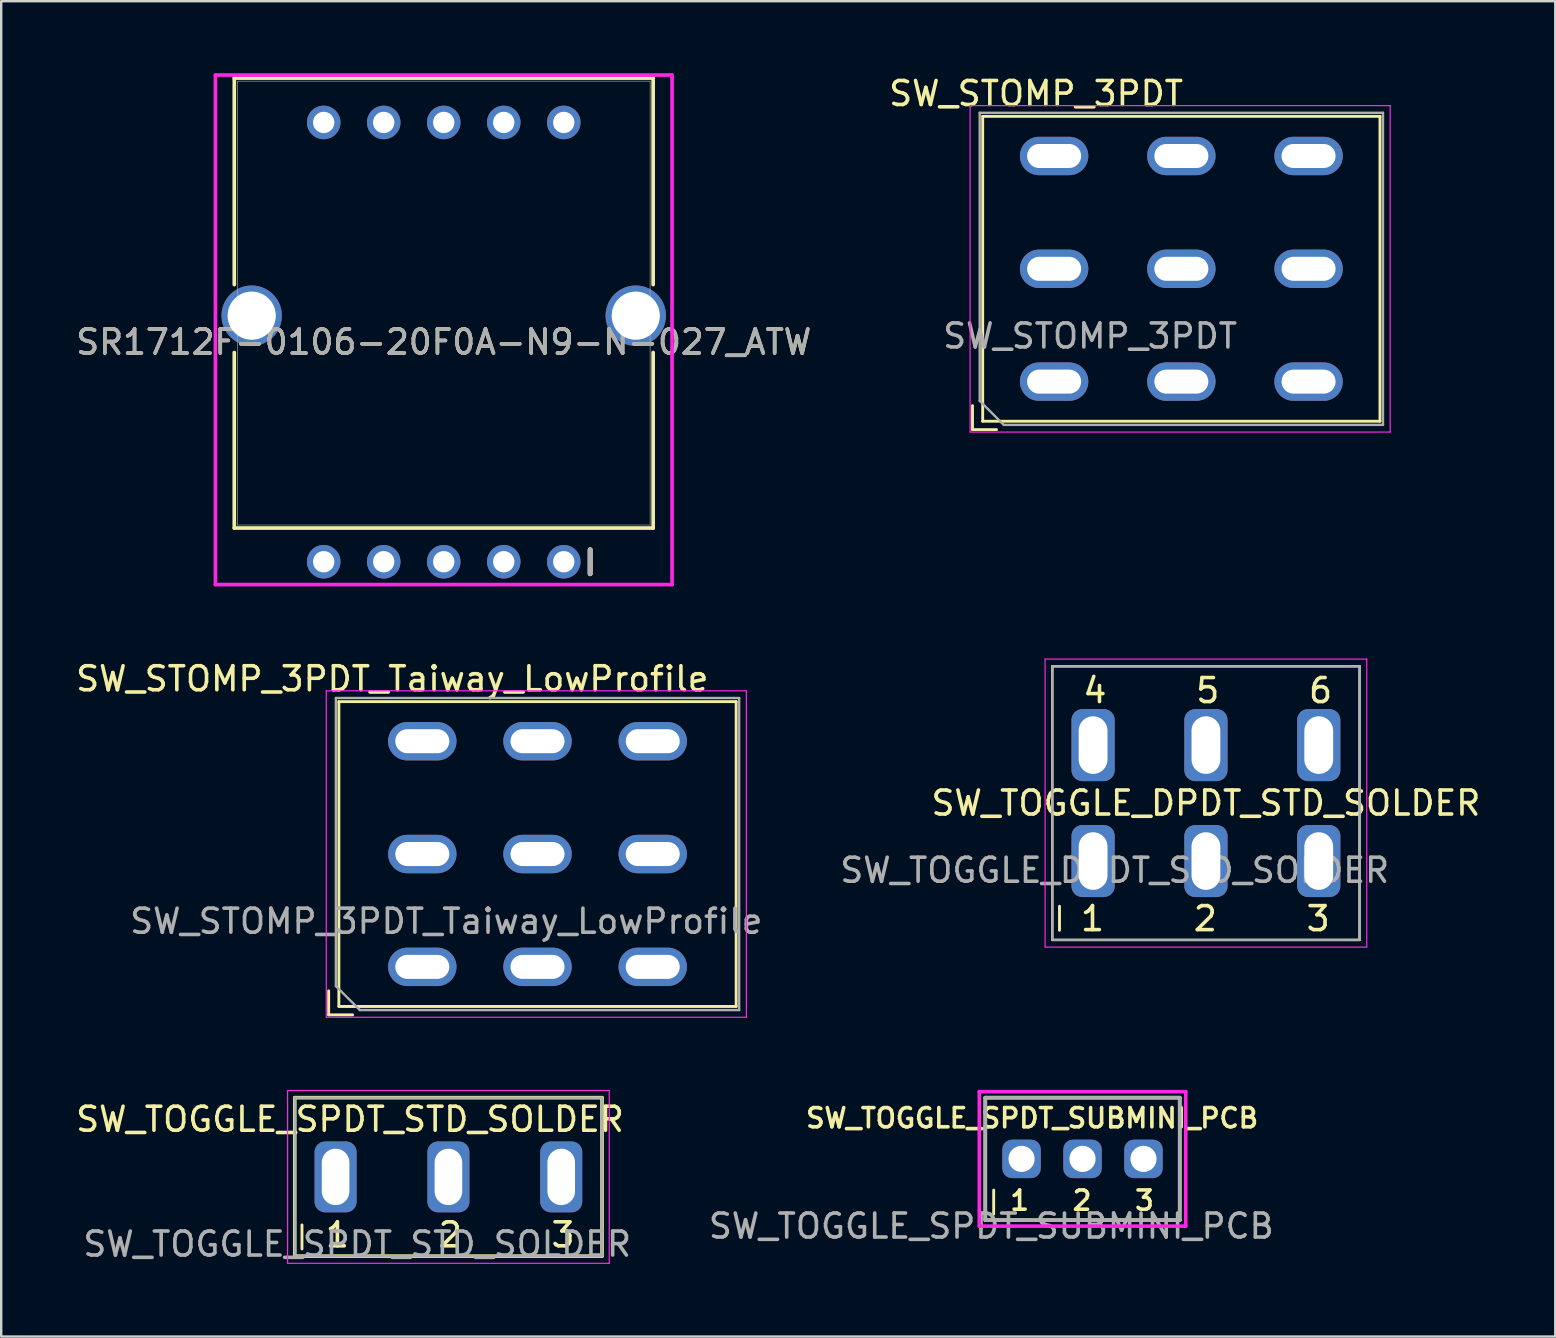
<source format=kicad_pcb>
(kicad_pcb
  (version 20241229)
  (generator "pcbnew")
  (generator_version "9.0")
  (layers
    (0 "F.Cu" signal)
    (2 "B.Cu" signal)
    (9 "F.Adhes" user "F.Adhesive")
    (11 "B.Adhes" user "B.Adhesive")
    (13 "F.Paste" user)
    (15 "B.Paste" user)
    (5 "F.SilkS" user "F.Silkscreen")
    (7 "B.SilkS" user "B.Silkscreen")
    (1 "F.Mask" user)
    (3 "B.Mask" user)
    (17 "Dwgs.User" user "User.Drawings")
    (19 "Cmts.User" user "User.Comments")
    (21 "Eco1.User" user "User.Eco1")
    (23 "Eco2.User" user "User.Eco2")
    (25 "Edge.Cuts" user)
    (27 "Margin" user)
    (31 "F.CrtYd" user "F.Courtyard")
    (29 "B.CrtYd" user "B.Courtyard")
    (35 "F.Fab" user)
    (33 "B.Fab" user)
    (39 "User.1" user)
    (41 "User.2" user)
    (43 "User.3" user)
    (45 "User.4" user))
  (footprint "SW_TOGGLE_DPDT_STD_SOLDER"
    (layer "F.Cu")
    (at 47.187 30.405)
    (property "Reference" "SW_TOGGLE_DPDT_STD_SOLDER" (at 0 0 0) (unlocked yes) (layer "F.SilkS") (effects (font (size 1 1) (thickness 0.15))))
    (attr through_hole)
    (fp_line (start -6.4 -5.7) (end 6.4 -5.7) (stroke (width 0.1) (type solid)) (layer "F.SilkS"))
    (fp_line (start -6.4 5.7) (end -6.4 -5.7) (stroke (width 0.1) (type solid)) (layer "F.SilkS"))
    (fp_line (start -6.4 5.7) (end 6.4 5.7) (stroke (width 0.1) (type solid)) (layer "F.SilkS"))
    (fp_line (start -6.1 4.3) (end -6.1 5.3) (stroke (width 0.12) (type solid)) (layer "F.SilkS"))
    (fp_line (start 6.4 5.7) (end 6.4 -5.7) (stroke (width 0.1) (type solid)) (layer "F.SilkS"))
    (fp_line (start -6.7 -6) (end 6.7 -6) (stroke (width 0.05) (type solid)) (layer "F.CrtYd"))
    (fp_line (start -6.7 6) (end -6.7 -6) (stroke (width 0.05) (type solid)) (layer "F.CrtYd"))
    (fp_line (start 6.7 6) (end -6.7 6) (stroke (width 0.05) (type solid)) (layer "F.CrtYd"))
    (fp_line (start 6.7 6) (end 6.7 -6) (stroke (width 0.05) (type solid)) (layer "F.CrtYd"))
    (fp_line (start -6.4 -5.7) (end 6.4 -5.7) (stroke (width 0.1) (type solid)) (layer "F.Fab"))
    (fp_line (start -6.4 5.7) (end -6.4 -5.7) (stroke (width 0.1) (type solid)) (layer "F.Fab"))
    (fp_line (start -6.4 5.7) (end 6.4 5.7) (stroke (width 0.1) (type solid)) (layer "F.Fab"))
    (fp_line (start 6.4 5.7) (end 6.4 -5.7) (stroke (width 0.1) (type solid)) (layer "F.Fab"))
    (fp_text user "5" (at -0.5 -4.1 0) (unlocked yes) (layer "F.SilkS") (effects (font (size 1 1) (thickness 0.15)) (justify left bottom)))
    (fp_text user "3" (at 4.1 5.4 0) (unlocked yes) (layer "F.SilkS") (effects (font (size 1 1) (thickness 0.15)) (justify left bottom)))
    (fp_text user "4" (at -5.2 -4.1 0) (unlocked yes) (layer "F.SilkS") (effects (font (size 1 1) (thickness 0.15)) (justify left bottom)))
    (fp_text user "1" (at -5.3 5.4 0) (unlocked yes) (layer "F.SilkS") (effects (font (size 1 1) (thickness 0.15)) (justify left bottom)))
    (fp_text user "2" (at -0.6 5.4 0) (unlocked yes) (layer "F.SilkS") (effects (font (size 1 1) (thickness 0.15)) (justify left bottom)))
    (fp_text user "6" (at 4.2 -4.1 0) (unlocked yes) (layer "F.SilkS") (effects (font (size 1 1) (thickness 0.15)) (justify left bottom)))
    (fp_text user "${REFERENCE}" (at -3.8 2.8 180) (layer "F.Fab") (effects (font (size 1 1) (thickness 0.15))))
    (pad "1" thru_hole roundrect (at -4.7 2.415 90) (size 3 1.8) (drill oval 2.4 1.2) (layers "*.Cu" "*.Mask") (roundrect_rratio 0.25))
    (pad "2" thru_hole roundrect (at 0 2.415 90) (size 3 1.8) (drill oval 2.4 1.2) (layers "*.Cu" "*.Mask") (roundrect_rratio 0.25))
    (pad "3" thru_hole roundrect (at 4.7 2.415 90) (size 3 1.8) (drill oval 2.4 1.2) (layers "*.Cu" "*.Mask") (roundrect_rratio 0.25))
    (pad "4" thru_hole roundrect (at -4.7 -2.415 90) (size 3 1.8) (drill oval 2.4 1.2) (layers "*.Cu" "*.Mask") (roundrect_rratio 0.25))
    (pad "5" thru_hole roundrect (at 0 -2.415 90) (size 3 1.8) (drill oval 2.4 1.2) (layers "*.Cu" "*.Mask") (roundrect_rratio 0.25))
    (pad "6" thru_hole roundrect (at 4.7 -2.415 90) (size 3 1.8) (drill oval 2.4 1.2) (layers "*.Cu" "*.Mask") (roundrect_rratio 0.25)))
  (footprint "SW_STOMP_3PDT"
    (layer "F.Cu")
    (at 46.163 8.148)
    (property "Reference" "SW_STOMP_3PDT" (at -6.05 -7.3 0) (unlocked yes) (layer "F.SilkS") (effects (font (size 1 1) (thickness 0.15))))
    (attr through_hole)
    (fp_line (start -8.7 5.7) (end -8.7 6.7) (stroke (width 0.12) (type solid)) (layer "F.SilkS"))
    (fp_line (start -8.275 -6.35) (end 8.275 -6.35) (stroke (width 0.12) (type solid)) (layer "F.SilkS"))
    (fp_line (start -8.275 6.35) (end -8.275 -6.35) (stroke (width 0.12) (type solid)) (layer "F.SilkS"))
    (fp_line (start -8.275 6.35) (end 8.275 6.35) (stroke (width 0.12) (type solid)) (layer "F.SilkS"))
    (fp_line (start -7.7 6.7) (end -8.7 6.7) (stroke (width 0.12) (type solid)) (layer "F.SilkS"))
    (fp_line (start 8.275 6.35) (end 8.275 -6.35) (stroke (width 0.12) (type solid)) (layer "F.SilkS"))
    (fp_line (start -8.8 -6.8) (end 8.7 -6.8) (stroke (width 0.05) (type solid)) (layer "F.CrtYd"))
    (fp_line (start -8.8 6.8) (end -8.8 -6.8) (stroke (width 0.05) (type solid)) (layer "F.CrtYd"))
    (fp_line (start 8.7 6.8) (end -8.8 6.8) (stroke (width 0.05) (type solid)) (layer "F.CrtYd"))
    (fp_line (start 8.7 6.8) (end 8.7 -6.8) (stroke (width 0.05) (type solid)) (layer "F.CrtYd"))
    (fp_line (start -8.4 -6.5) (end 8.4 -6.5) (stroke (width 0.1) (type solid)) (layer "F.Fab"))
    (fp_line (start -8.4 5.5) (end -8.4 -6.5) (stroke (width 0.1) (type solid)) (layer "F.Fab"))
    (fp_line (start -7.4 6.5) (end -8.4 5.5) (stroke (width 0.1) (type solid)) (layer "F.Fab"))
    (fp_line (start 8.4 -6.5) (end 8.4 6.5) (stroke (width 0.1) (type solid)) (layer "F.Fab"))
    (fp_line (start 8.4 6.5) (end -7.4 6.5) (stroke (width 0.1) (type solid)) (layer "F.Fab"))
    (fp_text user "${REFERENCE}" (at -3.8 2.8 180) (layer "F.Fab") (effects (font (size 1 1) (thickness 0.15))))
    (pad "1" thru_hole oval (at -5.3 4.7) (size 2.85 1.6) (drill oval 2.25 1) (layers "*.Cu" "*.Mask"))
    (pad "2" thru_hole oval (at -5.3 0) (size 2.85 1.6) (drill oval 2.25 1) (layers "*.Cu" "*.Mask"))
    (pad "3" thru_hole oval (at -5.3 -4.7) (size 2.85 1.6) (drill oval 2.25 1) (layers "*.Cu" "*.Mask"))
    (pad "4" thru_hole oval (at 0 4.7) (size 2.85 1.6) (drill oval 2.25 1) (layers "*.Cu" "*.Mask"))
    (pad "5" thru_hole oval (at 0 0) (size 2.85 1.6) (drill oval 2.25 1) (layers "*.Cu" "*.Mask"))
    (pad "6" thru_hole oval (at 0 -4.7) (size 2.85 1.6) (drill oval 2.25 1) (layers "*.Cu" "*.Mask"))
    (pad "7" thru_hole oval (at 5.3 4.7) (size 2.85 1.6) (drill oval 2.25 1) (layers "*.Cu" "*.Mask"))
    (pad "8" thru_hole oval (at 5.3 0) (size 2.85 1.6) (drill oval 2.25 1) (layers "*.Cu" "*.Mask"))
    (pad "9" thru_hole oval (at 5.3 -4.7) (size 2.85 1.6) (drill oval 2.25 1) (layers "*.Cu" "*.Mask")))
  (footprint "SW_TOGGLE_SPDT_SUBMINI_PCB"
    (layer "F.Cu")
    (at 42.046 45.228)
    (property "Reference" "SW_TOGGLE_SPDT_SUBMINI_PCB" (at -2.1 -1.7 0) (unlocked yes) (layer "F.SilkS") (effects (font (size 0.8 0.8) (thickness 0.15))))
    (attr through_hole)
    (fp_line (start -4.05 -2.55) (end 4.05 -2.55) (stroke (width 0.15) (type solid)) (layer "F.SilkS"))
    (fp_line (start -4.05 2.55) (end -4.05 -2.55) (stroke (width 0.15) (type solid)) (layer "F.SilkS"))
    (fp_line (start -4.05 2.55) (end 4.05 2.55) (stroke (width 0.15) (type solid)) (layer "F.SilkS"))
    (fp_line (start -3.7 1.3) (end -3.7 2.3) (stroke (width 0.12) (type solid)) (layer "F.SilkS"))
    (fp_line (start 4.05 2.55) (end 4.05 -2.55) (stroke (width 0.15) (type solid)) (layer "F.SilkS"))
    (fp_line (start -4.3 -2.8) (end 4.3 -2.8) (stroke (width 0.15) (type solid)) (layer "F.CrtYd"))
    (fp_line (start -4.3 2.8) (end -4.3 -2.8) (stroke (width 0.15) (type solid)) (layer "F.CrtYd"))
    (fp_line (start -4.3 2.8) (end 4.3 2.8) (stroke (width 0.15) (type solid)) (layer "F.CrtYd"))
    (fp_line (start 4.3 2.8) (end 4.3 -2.8) (stroke (width 0.15) (type solid)) (layer "F.CrtYd"))
    (fp_line (start -4.05 -2.55) (end 4.05 -2.55) (stroke (width 0.15) (type solid)) (layer "F.Fab"))
    (fp_line (start -4.05 2.55) (end -4.05 -2.55) (stroke (width 0.15) (type solid)) (layer "F.Fab"))
    (fp_line (start -4.05 2.55) (end 4.05 2.55) (stroke (width 0.15) (type solid)) (layer "F.Fab"))
    (fp_line (start 4.05 2.55) (end 4.05 -2.55) (stroke (width 0.15) (type solid)) (layer "F.Fab"))
    (fp_text user "3" (at 2.1 2.2 0) (unlocked yes) (layer "F.SilkS") (effects (font (size 0.8 0.8) (thickness 0.15)) (justify left bottom)))
    (fp_text user "2" (at -0.5 2.2 0) (unlocked yes) (layer "F.SilkS") (effects (font (size 0.8 0.8) (thickness 0.15)) (justify left bottom)))
    (fp_text user "1" (at -3.1 2.2 0) (unlocked yes) (layer "F.SilkS") (effects (font (size 0.8 0.8) (thickness 0.15)) (justify left bottom)))
    (fp_text user "${REFERENCE}" (at -3.8 2.8 180) (layer "F.Fab") (effects (font (size 1 1) (thickness 0.15))))
    (pad "1" thru_hole roundrect (at -2.54 0 90) (size 1.6 1.6) (drill oval 1.09) (layers "*.Cu" "*.Mask") (roundrect_rratio 0.25))
    (pad "2" thru_hole roundrect (at 0 0 90) (size 1.6 1.6) (drill oval 1.09) (layers "*.Cu" "*.Mask") (roundrect_rratio 0.25))
    (pad "3" thru_hole roundrect (at 2.54 0 90) (size 1.6 1.6) (drill oval 1.09) (layers "*.Cu" "*.Mask") (roundrect_rratio 0.25)))
  (footprint "SW_STOMP_3PDT_Taiway_LowProfile"
    (layer "F.Cu")
    (at 19.342 32.528)
    (property "Reference" "SW_STOMP_3PDT_Taiway_LowProfile" (at -6.05 -7.3 0) (unlocked yes) (layer "F.SilkS") (effects (font (size 1 1) (thickness 0.15))))
    (attr through_hole)
    (fp_line (start -8.7 5.7) (end -8.7 6.7) (stroke (width 0.12) (type solid)) (layer "F.SilkS"))
    (fp_line (start -8.275 -6.35) (end 8.275 -6.35) (stroke (width 0.12) (type solid)) (layer "F.SilkS"))
    (fp_line (start -8.275 6.35) (end -8.275 -6.35) (stroke (width 0.12) (type solid)) (layer "F.SilkS"))
    (fp_line (start -8.275 6.35) (end 8.275 6.35) (stroke (width 0.12) (type solid)) (layer "F.SilkS"))
    (fp_line (start -7.7 6.7) (end -8.7 6.7) (stroke (width 0.12) (type solid)) (layer "F.SilkS"))
    (fp_line (start 8.275 6.35) (end 8.275 -6.35) (stroke (width 0.12) (type solid)) (layer "F.SilkS"))
    (fp_line (start -8.8 -6.8) (end 8.7 -6.8) (stroke (width 0.05) (type solid)) (layer "F.CrtYd"))
    (fp_line (start -8.8 6.8) (end -8.8 -6.8) (stroke (width 0.05) (type solid)) (layer "F.CrtYd"))
    (fp_line (start 8.7 6.8) (end -8.8 6.8) (stroke (width 0.05) (type solid)) (layer "F.CrtYd"))
    (fp_line (start 8.7 6.8) (end 8.7 -6.8) (stroke (width 0.05) (type solid)) (layer "F.CrtYd"))
    (fp_line (start -8.4 -6.5) (end 8.4 -6.5) (stroke (width 0.1) (type solid)) (layer "F.Fab"))
    (fp_line (start -8.4 5.5) (end -8.4 -6.5) (stroke (width 0.1) (type solid)) (layer "F.Fab"))
    (fp_line (start -7.4 6.5) (end -8.4 5.5) (stroke (width 0.1) (type solid)) (layer "F.Fab"))
    (fp_line (start 8.4 -6.5) (end 8.4 6.5) (stroke (width 0.1) (type solid)) (layer "F.Fab"))
    (fp_line (start 8.4 6.5) (end -7.4 6.5) (stroke (width 0.1) (type solid)) (layer "F.Fab"))
    (fp_text user "${REFERENCE}" (at -3.8 2.8 180) (layer "F.Fab") (effects (font (size 1 1) (thickness 0.15))))
    (pad "1" thru_hole oval (at -4.8 4.7) (size 2.85 1.6) (drill oval 2.25 1) (layers "*.Cu" "*.Mask"))
    (pad "2" thru_hole oval (at -4.8 0) (size 2.85 1.6) (drill oval 2.25 1) (layers "*.Cu" "*.Mask"))
    (pad "3" thru_hole oval (at -4.8 -4.7) (size 2.85 1.6) (drill oval 2.25 1) (layers "*.Cu" "*.Mask"))
    (pad "4" thru_hole oval (at 0 4.7) (size 2.85 1.6) (drill oval 2.25 1) (layers "*.Cu" "*.Mask"))
    (pad "5" thru_hole oval (at 0 0) (size 2.85 1.6) (drill oval 2.25 1) (layers "*.Cu" "*.Mask"))
    (pad "6" thru_hole oval (at 0 -4.7) (size 2.85 1.6) (drill oval 2.25 1) (layers "*.Cu" "*.Mask"))
    (pad "7" thru_hole oval (at 4.8 4.7) (size 2.85 1.6) (drill oval 2.25 1) (layers "*.Cu" "*.Mask"))
    (pad "8" thru_hole oval (at 4.8 0) (size 2.85 1.6) (drill oval 2.25 1) (layers "*.Cu" "*.Mask"))
    (pad "9" thru_hole oval (at 4.8 -4.7) (size 2.85 1.6) (drill oval 2.25 1) (layers "*.Cu" "*.Mask")))
  (footprint "SW_TOGGLE_SPDT_STD_SOLDER"
    (layer "F.Cu")
    (at 15.63 45.978)
    (property "Reference" "SW_TOGGLE_SPDT_STD_SOLDER" (at -4.1 -2.4 0) (unlocked yes) (layer "F.SilkS") (effects (font (size 1 1) (thickness 0.15))))
    (attr through_hole)
    (fp_line (start -6.4 -3.3) (end 6.4 -3.3) (stroke (width 0.15) (type solid)) (layer "F.SilkS"))
    (fp_line (start -6.4 3.3) (end -6.4 -3.3) (stroke (width 0.15) (type solid)) (layer "F.SilkS"))
    (fp_line (start -6.4 3.3) (end 6.4 3.3) (stroke (width 0.15) (type solid)) (layer "F.SilkS"))
    (fp_line (start -6.1 2) (end -6.1 3) (stroke (width 0.12) (type solid)) (layer "F.SilkS"))
    (fp_line (start 6.4 3.3) (end 6.4 -3.3) (stroke (width 0.15) (type solid)) (layer "F.SilkS"))
    (fp_line (start -6.7 -3.6) (end 6.7 -3.6) (stroke (width 0.05) (type solid)) (layer "F.CrtYd"))
    (fp_line (start -6.7 3.6) (end -6.7 -3.6) (stroke (width 0.05) (type solid)) (layer "F.CrtYd"))
    (fp_line (start 6.7 3.6) (end -6.7 3.6) (stroke (width 0.05) (type solid)) (layer "F.CrtYd"))
    (fp_line (start 6.7 3.6) (end 6.7 -3.6) (stroke (width 0.05) (type solid)) (layer "F.CrtYd"))
    (fp_line (start -6.4 -3.3) (end 6.4 -3.3) (stroke (width 0.1) (type solid)) (layer "F.Fab"))
    (fp_line (start -6.4 3.3) (end -6.4 -3.3) (stroke (width 0.1) (type solid)) (layer "F.Fab"))
    (fp_line (start -6.4 3.3) (end 6.4 3.3) (stroke (width 0.1) (type solid)) (layer "F.Fab"))
    (fp_line (start 6.4 3.3) (end 6.4 -3.3) (stroke (width 0.1) (type solid)) (layer "F.Fab"))
    (fp_text user "3" (at 4.2 3 0) (unlocked yes) (layer "F.SilkS") (effects (font (size 1 1) (thickness 0.15)) (justify left bottom)))
    (fp_text user "2" (at -0.5 3 0) (unlocked yes) (layer "F.SilkS") (effects (font (size 1 1) (thickness 0.15)) (justify left bottom)))
    (fp_text user "1" (at -5.2 3 0) (unlocked yes) (layer "F.SilkS") (effects (font (size 1 1) (thickness 0.15)) (justify left bottom)))
    (fp_text user "${REFERENCE}" (at -3.8 2.8 180) (layer "F.Fab") (effects (font (size 1 1) (thickness 0.15))))
    (pad "1" thru_hole roundrect (at -4.7 0 90) (size 2.95 1.75) (drill oval 2.35 1.15) (layers "*.Cu" "*.Mask") (roundrect_rratio 0.25))
    (pad "2" thru_hole roundrect (at 0 0 90) (size 2.95 1.75) (drill oval 2.35 1.15) (layers "*.Cu" "*.Mask") (roundrect_rratio 0.25))
    (pad "3" thru_hole roundrect (at 4.7 0 90) (size 2.95 1.75) (drill oval 2.35 1.15) (layers "*.Cu" "*.Mask") (roundrect_rratio 0.25)))
  (footprint "SR1712F-0106-20F0A-N9-N-027_ATW"
    (layer "F.Cu")
    (at 15.435 11.201)
    (property "Reference" "SR1712F-0106-20F0A-N9-N-027_ATW" (at 0 0 0) (unlocked yes) (layer "F.SilkS") (effects (font (size 1 1) (thickness 0.15))))
    (attr through_hole)
    (fp_line (start -8.725 -10.998) (end -8.725 -2.395) (stroke (width 0.152) (type solid)) (layer "F.SilkS"))
    (fp_line (start -8.725 0.435) (end -8.725 7.747) (stroke (width 0.152) (type solid)) (layer "F.SilkS"))
    (fp_line (start -8.725 7.747) (end 8.725 7.747) (stroke (width 0.152) (type solid)) (layer "F.SilkS"))
    (fp_line (start 6.1 8.65) (end 6.1 9.65) (stroke (width 0.2) (type default)) (layer "F.SilkS"))
    (fp_line (start 8.725 -10.998) (end -8.725 -10.998) (stroke (width 0.152) (type solid)) (layer "F.SilkS"))
    (fp_line (start 8.725 -2.395) (end 8.725 -10.998) (stroke (width 0.152) (type solid)) (layer "F.SilkS"))
    (fp_line (start 8.725 7.747) (end 8.725 0.435) (stroke (width 0.152) (type solid)) (layer "F.SilkS"))
    (fp_line (start 6.1 8.65) (end 6.1 9.65) (stroke (width 0.2) (type default)) (layer "B.SilkS"))
    (fp_line (start -9.511 -11.125) (end -9.511 10.102) (stroke (width 0.152) (type solid)) (layer "F.CrtYd"))
    (fp_line (start -9.511 10.102) (end 9.511 10.102) (stroke (width 0.152) (type solid)) (layer "F.CrtYd"))
    (fp_line (start 9.511 -11.125) (end -9.511 -11.125) (stroke (width 0.152) (type solid)) (layer "F.CrtYd"))
    (fp_line (start 9.511 10.102) (end 9.511 -11.125) (stroke (width 0.152) (type solid)) (layer "F.CrtYd"))
    (fp_line (start -8.598 -10.871) (end -8.598 7.62) (stroke (width 0.025) (type solid)) (layer "F.Fab"))
    (fp_line (start -8.598 7.62) (end 8.598 7.62) (stroke (width 0.025) (type solid)) (layer "F.Fab"))
    (fp_line (start 6.1 8.65) (end 6.1 9.65) (stroke (width 0.2) (type default)) (layer "F.Fab"))
    (fp_line (start 8.598 -10.871) (end -8.598 -10.871) (stroke (width 0.025) (type solid)) (layer "F.Fab"))
    (fp_line (start 8.598 7.62) (end 8.598 -10.871) (stroke (width 0.025) (type solid)) (layer "F.Fab"))
    (fp_text user "${REFERENCE}" (at 0 0 0) (unlocked yes) (layer "F.Fab") (effects (font (size 1 1) (thickness 0.15))))
    (pad "1" thru_hole circle (at 5 9.15 180) (size 1.397 1.397) (drill 0.889) (layers "*.Cu" "*.Mask"))
    (pad "2" thru_hole circle (at 2.5 9.15 180) (size 1.397 1.397) (drill 0.889) (layers "*.Cu" "*.Mask"))
    (pad "3" thru_hole circle (at 0 9.15 180) (size 1.397 1.397) (drill 0.889) (layers "*.Cu" "*.Mask"))
    (pad "4" thru_hole circle (at -2.5 9.15 180) (size 1.397 1.397) (drill 0.889) (layers "*.Cu" "*.Mask"))
    (pad "5" thru_hole circle (at -5 9.15 180) (size 1.397 1.397) (drill 0.889) (layers "*.Cu" "*.Mask"))
    (pad "6" thru_hole circle (at 5 -9.15 180) (size 1.397 1.397) (drill 0.889) (layers "*.Cu" "*.Mask"))
    (pad "7" thru_hole circle (at 2.5 -9.15 180) (size 1.397 1.397) (drill 0.889) (layers "*.Cu" "*.Mask"))
    (pad "8" thru_hole circle (at 0 -9.15 180) (size 1.397 1.397) (drill 0.889) (layers "*.Cu" "*.Mask"))
    (pad "9" thru_hole circle (at -2.5 -9.15 180) (size 1.397 1.397) (drill 0.889) (layers "*.Cu" "*.Mask"))
    (pad "10" thru_hole circle (at -5 -9.15 180) (size 1.397 1.397) (drill 0.889) (layers "*.Cu" "*.Mask"))
    (pad "11" thru_hole circle (at 8 -1.1 180) (size 2.515 2.515) (drill 2.007) (layers "*.Cu" "*.Mask"))
    (pad "12" thru_hole circle (at -8 -1.1 180) (size 2.515 2.515) (drill 2.007) (layers "*.Cu" "*.Mask")))
  (gr_rect
    (start -3 -3)
    (end 61.74 52.627)
    (stroke (width 0.1) (type default))
    (fill no)
    (layer "Edge.Cuts")))
</source>
